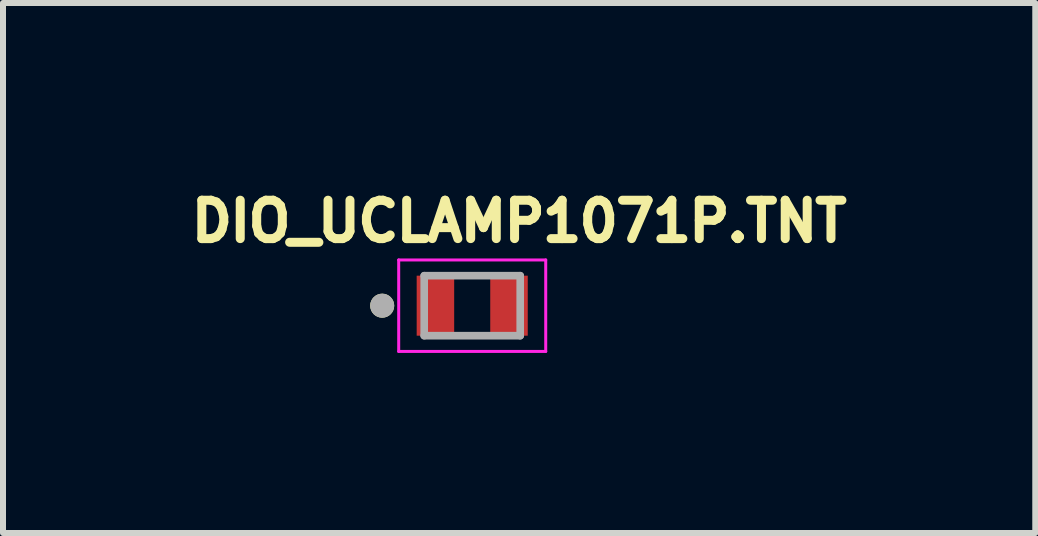
<source format=kicad_pcb>
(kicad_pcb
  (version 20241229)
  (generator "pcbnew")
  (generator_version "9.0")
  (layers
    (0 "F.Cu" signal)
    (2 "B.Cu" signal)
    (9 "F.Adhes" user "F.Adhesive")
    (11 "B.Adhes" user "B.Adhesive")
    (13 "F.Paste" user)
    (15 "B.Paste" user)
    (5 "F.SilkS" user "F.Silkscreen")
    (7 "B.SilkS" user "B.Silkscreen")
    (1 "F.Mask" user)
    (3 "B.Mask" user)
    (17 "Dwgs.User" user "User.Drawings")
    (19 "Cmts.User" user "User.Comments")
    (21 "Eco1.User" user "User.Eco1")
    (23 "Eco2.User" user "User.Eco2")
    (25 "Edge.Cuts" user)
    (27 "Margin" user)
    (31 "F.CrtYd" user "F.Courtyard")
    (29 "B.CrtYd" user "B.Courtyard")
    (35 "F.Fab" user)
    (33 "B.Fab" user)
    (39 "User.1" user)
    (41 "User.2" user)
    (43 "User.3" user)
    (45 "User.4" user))
  (footprint "DIO_UCLAMP1071P.TNT"
    (layer "F.Cu")
    (at 4.819 2.044)
    (property "Reference" "DIO_UCLAMP1071P.TNT" (at 0.782 -1.406 0) (layer "F.SilkS") (effects (font (size 0.64 0.64) (thickness 0.15))))
    (attr smd)
    (fp_circle (center -1.5 0) (end -1.4 0) (stroke (width 0.2) (type solid)) (fill no) (layer "F.SilkS"))
    (fp_poly (pts (xy -0.975 -0.512) (xy -0.275 -0.512) (xy -0.275 0.512) (xy -0.975 0.512)) (stroke (width 0.01) (type solid)) (fill yes) (layer "F.Paste"))
    (fp_poly (pts (xy 0.275 -0.512) (xy 0.975 -0.512) (xy 0.975 0.512) (xy 0.275 0.512)) (stroke (width 0.01) (type solid)) (fill yes) (layer "F.Paste"))
    (fp_line (start -1.225 -0.762) (end 1.225 -0.762) (stroke (width 0.05) (type solid)) (layer "F.CrtYd"))
    (fp_line (start -1.225 0.762) (end -1.225 -0.762) (stroke (width 0.05) (type solid)) (layer "F.CrtYd"))
    (fp_line (start 1.225 -0.762) (end 1.225 0.762) (stroke (width 0.05) (type solid)) (layer "F.CrtYd"))
    (fp_line (start 1.225 0.762) (end -1.225 0.762) (stroke (width 0.05) (type solid)) (layer "F.CrtYd"))
    (fp_line (start -0.8 -0.5) (end 0.8 -0.5) (stroke (width 0.127) (type solid)) (layer "F.Fab"))
    (fp_line (start -0.8 0.5) (end -0.8 -0.5) (stroke (width 0.127) (type solid)) (layer "F.Fab"))
    (fp_line (start 0.8 -0.5) (end 0.8 0.5) (stroke (width 0.127) (type solid)) (layer "F.Fab"))
    (fp_line (start 0.8 0.5) (end -0.8 0.5) (stroke (width 0.127) (type solid)) (layer "F.Fab"))
    (fp_circle (center -1.5 0) (end -1.4 0) (stroke (width 0.2) (type solid)) (fill no) (layer "F.Fab"))
    (pad "A" smd rect (at 0.613 0) (size 0.625 1) (layers "F.Cu" "F.Mask"))
    (pad "K" smd rect (at -0.613 0) (size 0.625 1) (layers "F.Cu" "F.Mask")))
  (gr_rect
    (start -3 -3)
    (end 14.202 5.832)
    (stroke (width 0.1) (type default))
    (fill no)
    (layer "Edge.Cuts")))
</source>
